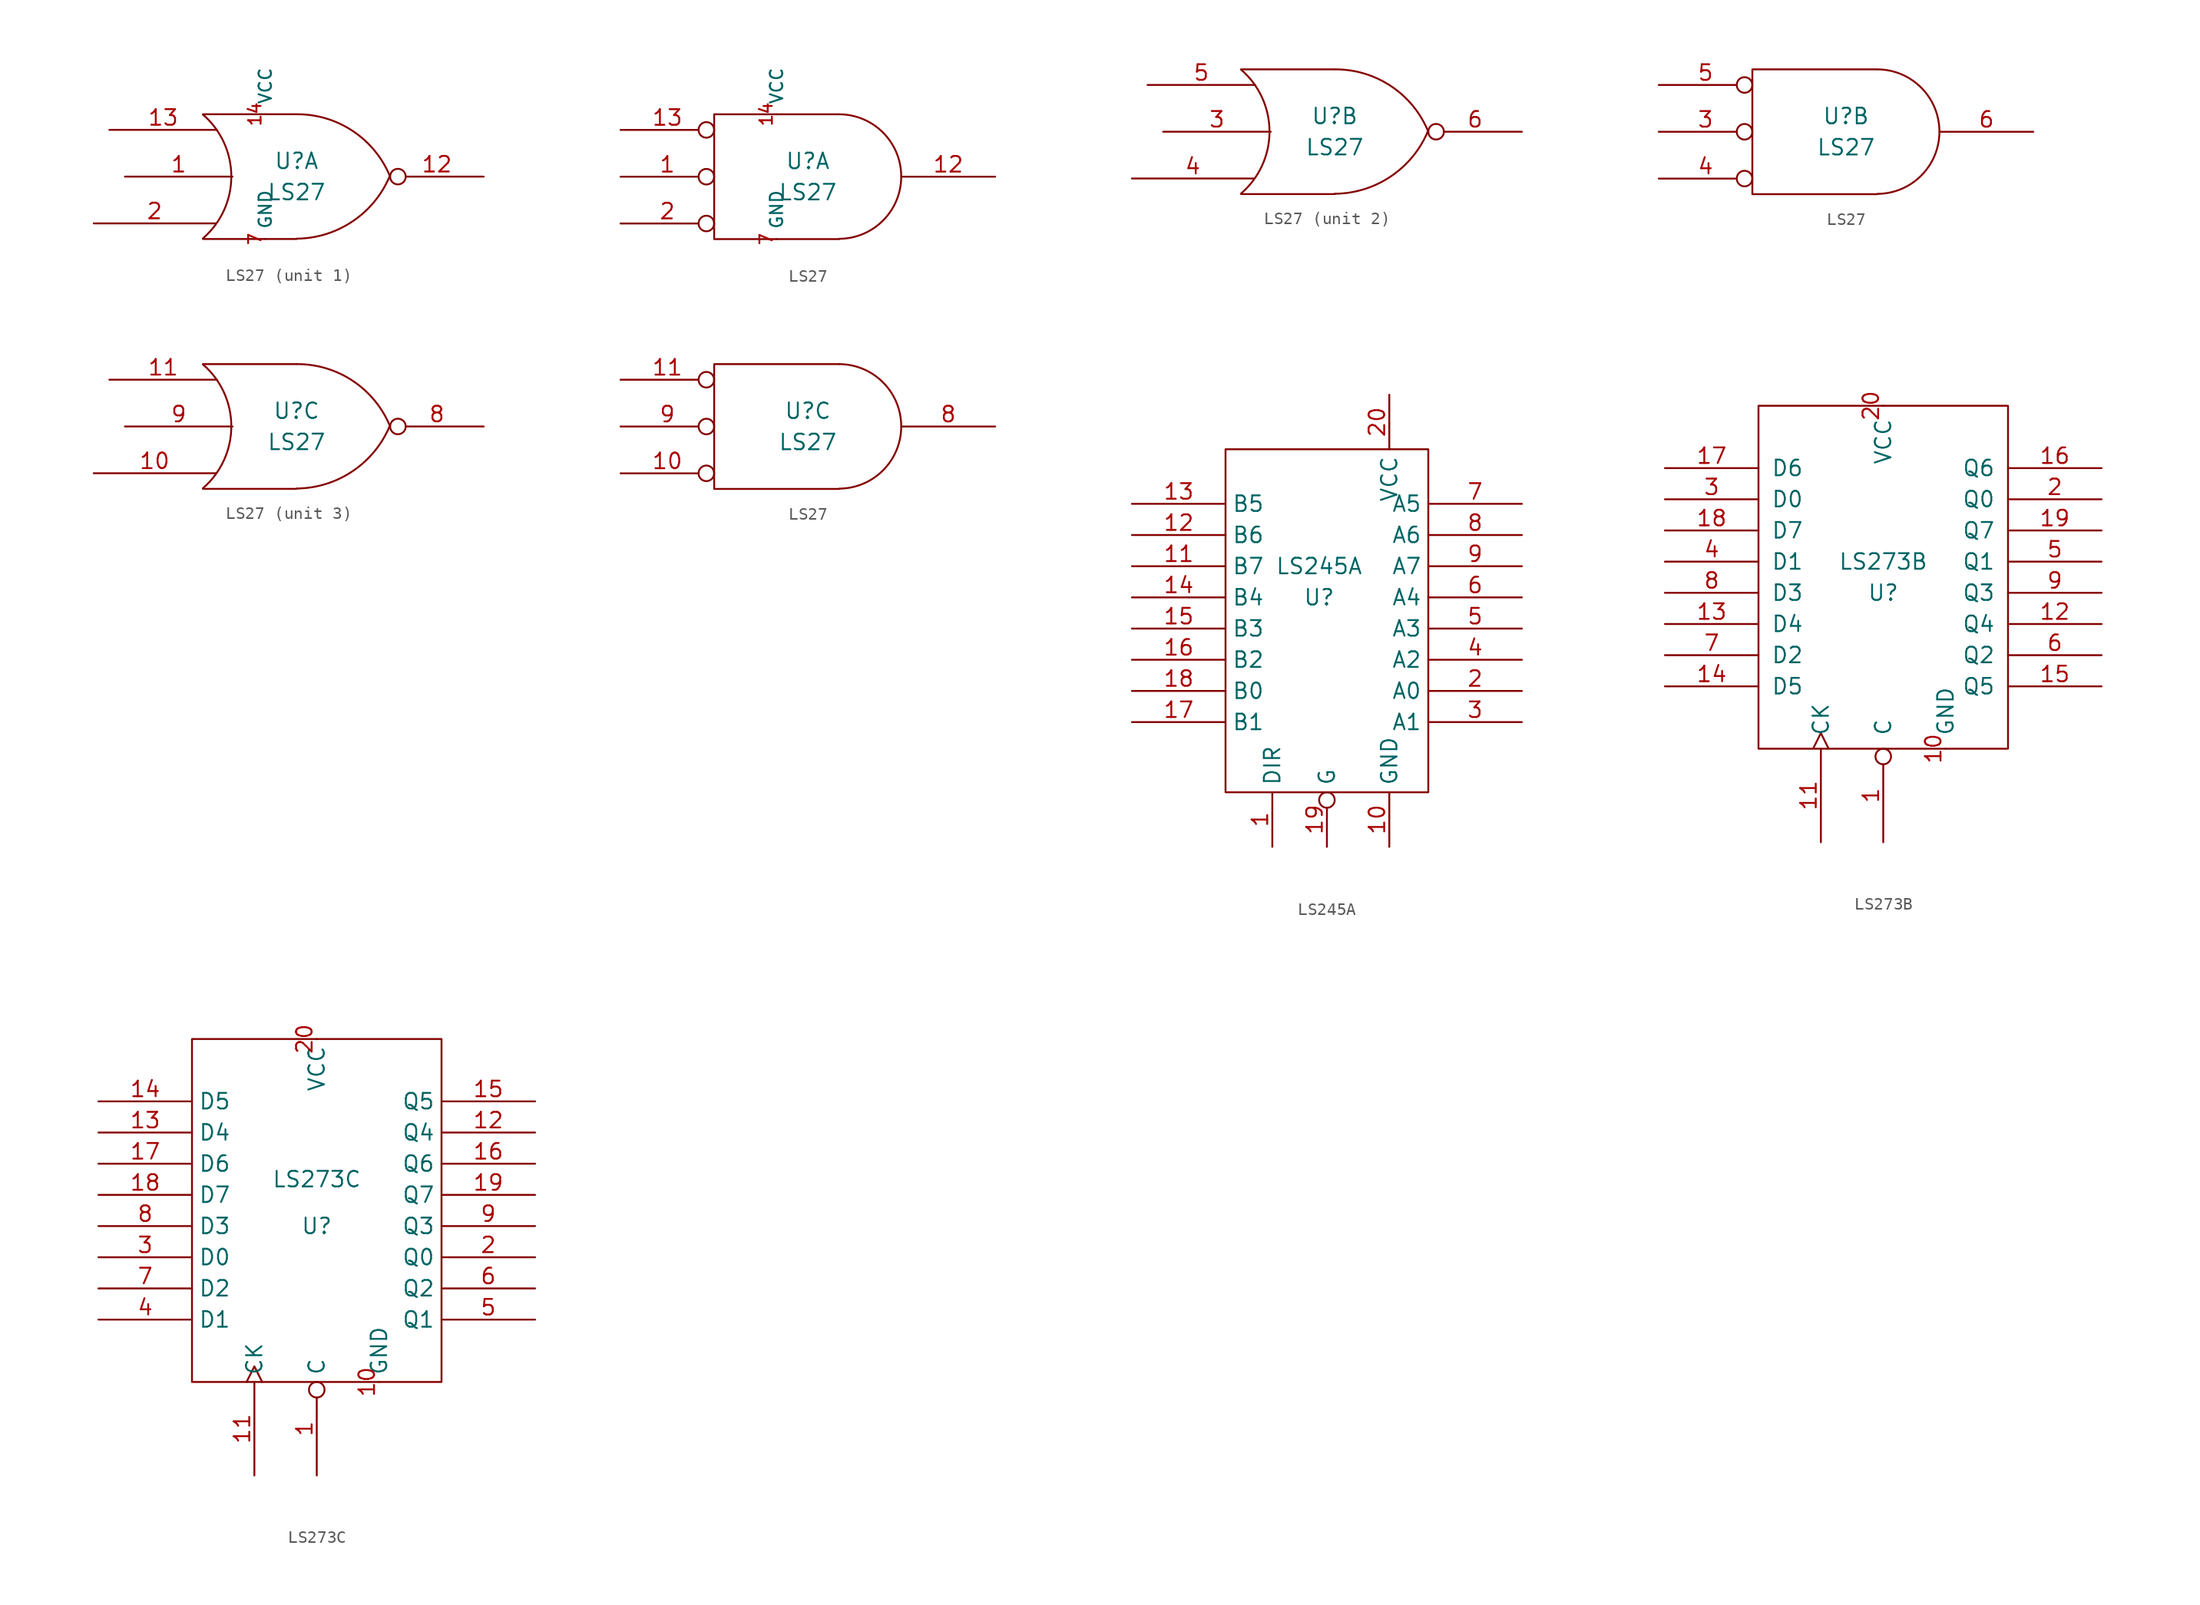
<source format=kicad_sym>
(kicad_symbol_lib
  (version 20211014)
  (generator kicad_symbol_editor)
  (symbol "LS27"
    (pin_names
      (offset 0.762))
    (property "Reference" "U"
      (at 0 1.27 0)
      (effects (font (size 1.27 1.27))))
    (property "Value" "LS27"
      (at 0 -1.27 0)
      (effects (font (size 1.27 1.27))))
    (symbol "LS27_0_1"
      (arc (start -7.62 -5.0292) (mid -5.3094 0.0127) (end -7.62 5.0546) (stroke (width 0) (type default) (color 0 0 0 0)) (fill (type none)))
      (arc (start 0 -5.0546) (mid 4.5649 -3.6437) (end 7.5946 0.0508) (stroke (width 0) (type default) (color 0 0 0 0)) (fill (type none)))
      (polyline (pts (xy -7.62 -5.08) (xy 0 -5.08)) (stroke (width 0) (type default) (color 0 0 0 0)) (fill (type none)))
      (polyline (pts (xy -7.62 5.08) (xy 0 5.08)) (stroke (width 0) (type default) (color 0 0 0 0)) (fill (type none)))
      (arc (start 7.62 0) (mid 4.6112 3.6959) (end 0.0508 5.08) (stroke (width 0) (type default) (color 0 0 0 0)) (fill (type none))))
    (symbol "LS27_0_2"
      (polyline (pts (xy 2.54 5.08) (xy -7.62 5.08) (xy -7.62 -5.08) (xy 2.54 -5.08)) (stroke (width 0) (type default) (color 0 0 0 0)) (fill (type none)))
      (arc (start 2.5654 -5.0546) (mid 7.5947 0.0127) (end 2.5654 5.08) (stroke (width 0) (type default) (color 0 0 0 0)) (fill (type none))))
    (symbol "LS27_1_0"
      (pin power_in line (at -2.54 5.08 90) (length 0) (name "VCC" (effects (font (size 1.016 1.016)))) (number "14" (effects (font (size 1.016 1.016)))))
      (pin power_in line (at -2.54 -5.08 90) (length 0) (name "GND" (effects (font (size 1.016 1.016)))) (number "7" (effects (font (size 1.016 1.016))))))
    (symbol "LS27_1_1"
      (pin input line (at -13.97 0 0) (length 8.763) (name "~" (effects (font (size 1.27 1.27)))) (number "1" (effects (font (size 1.27 1.27)))))
      (pin output inverted (at 15.24 0 180) (length 7.62) (name "~" (effects (font (size 1.27 1.27)))) (number "12" (effects (font (size 1.27 1.27)))))
      (pin input line (at -15.24 3.81 0) (length 8.763) (name "~" (effects (font (size 1.27 1.27)))) (number "13" (effects (font (size 1.27 1.27)))))
      (pin input line (at -16.51 -3.81 0) (length 9.906) (name "~" (effects (font (size 1.27 1.27)))) (number "2" (effects (font (size 1.27 1.27))))))
    (symbol "LS27_1_2"
      (pin input inverted (at -15.24 0 0) (length 7.62) (name "~" (effects (font (size 1.27 1.27)))) (number "1" (effects (font (size 1.27 1.27)))))
      (pin output line (at 15.24 0 180) (length 7.62) (name "~" (effects (font (size 1.27 1.27)))) (number "12" (effects (font (size 1.27 1.27)))))
      (pin input inverted (at -15.24 3.81 0) (length 7.62) (name "~" (effects (font (size 1.27 1.27)))) (number "13" (effects (font (size 1.27 1.27)))))
      (pin input inverted (at -15.24 -3.81 0) (length 7.62) (name "~" (effects (font (size 1.27 1.27)))) (number "2" (effects (font (size 1.27 1.27))))))
    (symbol "LS27_2_1"
      (pin input line (at -13.97 0 0) (length 8.763) (name "~" (effects (font (size 1.27 1.27)))) (number "3" (effects (font (size 1.27 1.27)))))
      (pin input line (at -16.51 -3.81 0) (length 9.906) (name "~" (effects (font (size 1.27 1.27)))) (number "4" (effects (font (size 1.27 1.27)))))
      (pin input line (at -15.24 3.81 0) (length 8.763) (name "~" (effects (font (size 1.27 1.27)))) (number "5" (effects (font (size 1.27 1.27)))))
      (pin output inverted (at 15.24 0 180) (length 7.62) (name "~" (effects (font (size 1.27 1.27)))) (number "6" (effects (font (size 1.27 1.27))))))
    (symbol "LS27_2_2"
      (pin input inverted (at -15.24 0 0) (length 7.62) (name "~" (effects (font (size 1.27 1.27)))) (number "3" (effects (font (size 1.27 1.27)))))
      (pin input inverted (at -15.24 -3.81 0) (length 7.62) (name "~" (effects (font (size 1.27 1.27)))) (number "4" (effects (font (size 1.27 1.27)))))
      (pin input inverted (at -15.24 3.81 0) (length 7.62) (name "~" (effects (font (size 1.27 1.27)))) (number "5" (effects (font (size 1.27 1.27)))))
      (pin output line (at 15.24 0 180) (length 7.62) (name "~" (effects (font (size 1.27 1.27)))) (number "6" (effects (font (size 1.27 1.27))))))
    (symbol "LS27_3_1"
      (pin input line (at -16.51 -3.81 0) (length 9.906) (name "~" (effects (font (size 1.27 1.27)))) (number "10" (effects (font (size 1.27 1.27)))))
      (pin input line (at -15.24 3.81 0) (length 8.763) (name "~" (effects (font (size 1.27 1.27)))) (number "11" (effects (font (size 1.27 1.27)))))
      (pin output inverted (at 15.24 0 180) (length 7.62) (name "~" (effects (font (size 1.27 1.27)))) (number "8" (effects (font (size 1.27 1.27)))))
      (pin input line (at -13.97 0 0) (length 8.763) (name "~" (effects (font (size 1.27 1.27)))) (number "9" (effects (font (size 1.27 1.27))))))
    (symbol "LS27_3_2"
      (pin input inverted (at -15.24 -3.81 0) (length 7.62) (name "~" (effects (font (size 1.27 1.27)))) (number "10" (effects (font (size 1.27 1.27)))))
      (pin input inverted (at -15.24 3.81 0) (length 7.62) (name "~" (effects (font (size 1.27 1.27)))) (number "11" (effects (font (size 1.27 1.27)))))
      (pin output line (at 15.24 0 180) (length 7.62) (name "~" (effects (font (size 1.27 1.27)))) (number "8" (effects (font (size 1.27 1.27)))))
      (pin input inverted (at -15.24 0 0) (length 7.62) (name "~" (effects (font (size 1.27 1.27)))) (number "9" (effects (font (size 1.27 1.27)))))))
  (symbol "LS245A"
    (property "Reference" "U"
      (at 0 2.54 0)
      (effects (font (size 1.27 1.27))))
    (property "Value" "LS245A"
      (at 0 5.08 0)
      (effects (font (size 1.27 1.27))))
    (symbol "LS245A_0_0"
      (pin power_in line (at 5.715 -17.78 90) (length 4.45) (name "GND" (effects (font (size 1.27 1.27)))) (number "10" (effects (font (size 1.27 1.27)))))
      (pin power_in line (at 5.715 19.05 270) (length 4.45) (name "VCC" (effects (font (size 1.27 1.27)))) (number "20" (effects (font (size 1.27 1.27))))))
    (symbol "LS245A_0_1"
      (rectangle (start -7.62 14.605) (end 8.89 -13.335) (stroke (width 0) (type default) (color 0 0 0 0)) (fill (type none))))
    (symbol "LS245A_1_1"
      (pin input line (at -3.81 -17.78 90) (length 4.45) (name "DIR" (effects (font (size 1.27 1.27)))) (number "1" (effects (font (size 1.27 1.27)))))
      (pin input line (at -15.24 5.08 0) (length 7.62) (name "B7" (effects (font (size 1.27 1.27)))) (number "11" (effects (font (size 1.27 1.27)))))
      (pin input line (at -15.24 7.62 0) (length 7.62) (name "B6" (effects (font (size 1.27 1.27)))) (number "12" (effects (font (size 1.27 1.27)))))
      (pin input line (at -15.24 10.16 0) (length 7.62) (name "B5" (effects (font (size 1.27 1.27)))) (number "13" (effects (font (size 1.27 1.27)))))
      (pin input line (at -15.24 2.54 0) (length 7.62) (name "B4" (effects (font (size 1.27 1.27)))) (number "14" (effects (font (size 1.27 1.27)))))
      (pin input line (at -15.24 0 0) (length 7.62) (name "B3" (effects (font (size 1.27 1.27)))) (number "15" (effects (font (size 1.27 1.27)))))
      (pin input line (at -15.24 -2.54 0) (length 7.62) (name "B2" (effects (font (size 1.27 1.27)))) (number "16" (effects (font (size 1.27 1.27)))))
      (pin input line (at -15.24 -7.62 0) (length 7.62) (name "B1" (effects (font (size 1.27 1.27)))) (number "17" (effects (font (size 1.27 1.27)))))
      (pin input line (at -15.24 -5.08 0) (length 7.62) (name "B0" (effects (font (size 1.27 1.27)))) (number "18" (effects (font (size 1.27 1.27)))))
      (pin input inverted (at 0.635 -17.78 90) (length 4.45) (name "G" (effects (font (size 1.27 1.27)))) (number "19" (effects (font (size 1.27 1.27)))))
      (pin bidirectional line (at 16.51 -5.08 180) (length 7.62) (name "A0" (effects (font (size 1.27 1.27)))) (number "2" (effects (font (size 1.27 1.27)))))
      (pin bidirectional line (at 16.51 -7.62 180) (length 7.62) (name "A1" (effects (font (size 1.27 1.27)))) (number "3" (effects (font (size 1.27 1.27)))))
      (pin bidirectional line (at 16.51 -2.54 180) (length 7.62) (name "A2" (effects (font (size 1.27 1.27)))) (number "4" (effects (font (size 1.27 1.27)))))
      (pin bidirectional line (at 16.51 0 180) (length 7.62) (name "A3" (effects (font (size 1.27 1.27)))) (number "5" (effects (font (size 1.27 1.27)))))
      (pin bidirectional line (at 16.51 2.54 180) (length 7.62) (name "A4" (effects (font (size 1.27 1.27)))) (number "6" (effects (font (size 1.27 1.27)))))
      (pin bidirectional line (at 16.51 10.16 180) (length 7.62) (name "A5" (effects (font (size 1.27 1.27)))) (number "7" (effects (font (size 1.27 1.27)))))
      (pin bidirectional line (at 16.51 7.62 180) (length 7.62) (name "A6" (effects (font (size 1.27 1.27)))) (number "8" (effects (font (size 1.27 1.27)))))
      (pin bidirectional line (at 16.51 5.08 180) (length 7.62) (name "A7" (effects (font (size 1.27 1.27)))) (number "9" (effects (font (size 1.27 1.27)))))))
  (symbol "LS273B"
    (pin_names
      (offset 1.016))
    (property "Reference" "U"
      (at 0 -1.27 0)
      (effects (font (size 1.27 1.27))))
    (property "Value" "LS273B"
      (at 0 1.27 0)
      (effects (font (size 1.27 1.27))))
    (symbol "LS273B_1_1"
      (rectangle (start -10.16 13.97) (end 10.16 -13.97) (stroke (width 0) (type default) (color 0 0 0 0)) (fill (type none)))
      (pin input inverted (at 0 -21.59 90) (length 7.62) (name "C" (effects (font (size 1.27 1.27)))) (number "1" (effects (font (size 1.27 1.27)))))
      (pin power_in line (at 5.08 -13.97 90) (length 0) (name "GND" (effects (font (size 1.27 1.27)))) (number "10" (effects (font (size 1.27 1.27)))))
      (pin input clock (at -5.08 -21.59 90) (length 7.62) (name "CK" (effects (font (size 1.27 1.27)))) (number "11" (effects (font (size 1.27 1.27)))))
      (pin output line (at 17.78 -3.81 180) (length 7.62) (name "Q4" (effects (font (size 1.27 1.27)))) (number "12" (effects (font (size 1.27 1.27)))))
      (pin input line (at -17.78 -3.81 0) (length 7.62) (name "D4" (effects (font (size 1.27 1.27)))) (number "13" (effects (font (size 1.27 1.27)))))
      (pin input line (at -17.78 -8.89 0) (length 7.62) (name "D5" (effects (font (size 1.27 1.27)))) (number "14" (effects (font (size 1.27 1.27)))))
      (pin output line (at 17.78 -8.89 180) (length 7.62) (name "Q5" (effects (font (size 1.27 1.27)))) (number "15" (effects (font (size 1.27 1.27)))))
      (pin output line (at 17.78 8.89 180) (length 7.62) (name "Q6" (effects (font (size 1.27 1.27)))) (number "16" (effects (font (size 1.27 1.27)))))
      (pin input line (at -17.78 8.89 0) (length 7.62) (name "D6" (effects (font (size 1.27 1.27)))) (number "17" (effects (font (size 1.27 1.27)))))
      (pin input line (at -17.78 3.81 0) (length 7.62) (name "D7" (effects (font (size 1.27 1.27)))) (number "18" (effects (font (size 1.27 1.27)))))
      (pin output line (at 17.78 3.81 180) (length 7.62) (name "Q7" (effects (font (size 1.27 1.27)))) (number "19" (effects (font (size 1.27 1.27)))))
      (pin output line (at 17.78 6.35 180) (length 7.62) (name "Q0" (effects (font (size 1.27 1.27)))) (number "2" (effects (font (size 1.27 1.27)))))
      (pin power_in line (at 0 13.97 270) (length 0) (name "VCC" (effects (font (size 1.27 1.27)))) (number "20" (effects (font (size 1.27 1.27)))))
      (pin input line (at -17.78 6.35 0) (length 7.62) (name "D0" (effects (font (size 1.27 1.27)))) (number "3" (effects (font (size 1.27 1.27)))))
      (pin input line (at -17.78 1.27 0) (length 7.62) (name "D1" (effects (font (size 1.27 1.27)))) (number "4" (effects (font (size 1.27 1.27)))))
      (pin output line (at 17.78 1.27 180) (length 7.62) (name "Q1" (effects (font (size 1.27 1.27)))) (number "5" (effects (font (size 1.27 1.27)))))
      (pin output line (at 17.78 -6.35 180) (length 7.62) (name "Q2" (effects (font (size 1.27 1.27)))) (number "6" (effects (font (size 1.27 1.27)))))
      (pin input line (at -17.78 -6.35 0) (length 7.62) (name "D2" (effects (font (size 1.27 1.27)))) (number "7" (effects (font (size 1.27 1.27)))))
      (pin input line (at -17.78 -1.27 0) (length 7.62) (name "D3" (effects (font (size 1.27 1.27)))) (number "8" (effects (font (size 1.27 1.27)))))
      (pin output line (at 17.78 -1.27 180) (length 7.62) (name "Q3" (effects (font (size 1.27 1.27)))) (number "9" (effects (font (size 1.27 1.27)))))))
  (symbol "LS273C"
    (property "Reference" "U"
      (at 0 -1.27 0)
      (effects (font (size 1.27 1.27))))
    (property "Value" "LS273C"
      (at 0 2.54 0)
      (effects (font (size 1.27 1.27))))
    (symbol "LS273C_1_1"
      (rectangle (start -10.16 13.97) (end 10.16 -13.97) (stroke (width 0) (type default) (color 0 0 0 0)) (fill (type none)))
      (pin input inverted (at 0 -21.59 90) (length 7.62) (name "C" (effects (font (size 1.27 1.27)))) (number "1" (effects (font (size 1.27 1.27)))))
      (pin power_in line (at 5.08 -13.97 90) (length 0) (name "GND" (effects (font (size 1.27 1.27)))) (number "10" (effects (font (size 1.27 1.27)))))
      (pin input clock (at -5.08 -21.59 90) (length 7.62) (name "CK" (effects (font (size 1.27 1.27)))) (number "11" (effects (font (size 1.27 1.27)))))
      (pin output line (at 17.78 6.35 180) (length 7.62) (name "Q4" (effects (font (size 1.27 1.27)))) (number "12" (effects (font (size 1.27 1.27)))))
      (pin input line (at -17.78 6.35 0) (length 7.62) (name "D4" (effects (font (size 1.27 1.27)))) (number "13" (effects (font (size 1.27 1.27)))))
      (pin input line (at -17.78 8.89 0) (length 7.62) (name "D5" (effects (font (size 1.27 1.27)))) (number "14" (effects (font (size 1.27 1.27)))))
      (pin output line (at 17.78 8.89 180) (length 7.62) (name "Q5" (effects (font (size 1.27 1.27)))) (number "15" (effects (font (size 1.27 1.27)))))
      (pin output line (at 17.78 3.81 180) (length 7.62) (name "Q6" (effects (font (size 1.27 1.27)))) (number "16" (effects (font (size 1.27 1.27)))))
      (pin input line (at -17.78 3.81 0) (length 7.62) (name "D6" (effects (font (size 1.27 1.27)))) (number "17" (effects (font (size 1.27 1.27)))))
      (pin input line (at -17.78 1.27 0) (length 7.62) (name "D7" (effects (font (size 1.27 1.27)))) (number "18" (effects (font (size 1.27 1.27)))))
      (pin output line (at 17.78 1.27 180) (length 7.62) (name "Q7" (effects (font (size 1.27 1.27)))) (number "19" (effects (font (size 1.27 1.27)))))
      (pin output line (at 17.78 -3.81 180) (length 7.62) (name "Q0" (effects (font (size 1.27 1.27)))) (number "2" (effects (font (size 1.27 1.27)))))
      (pin power_in line (at 0 13.97 270) (length 0) (name "VCC" (effects (font (size 1.27 1.27)))) (number "20" (effects (font (size 1.27 1.27)))))
      (pin input line (at -17.78 -3.81 0) (length 7.62) (name "D0" (effects (font (size 1.27 1.27)))) (number "3" (effects (font (size 1.27 1.27)))))
      (pin input line (at -17.78 -8.89 0) (length 7.62) (name "D1" (effects (font (size 1.27 1.27)))) (number "4" (effects (font (size 1.27 1.27)))))
      (pin output line (at 17.78 -8.89 180) (length 7.62) (name "Q1" (effects (font (size 1.27 1.27)))) (number "5" (effects (font (size 1.27 1.27)))))
      (pin output line (at 17.78 -6.35 180) (length 7.62) (name "Q2" (effects (font (size 1.27 1.27)))) (number "6" (effects (font (size 1.27 1.27)))))
      (pin input line (at -17.78 -6.35 0) (length 7.62) (name "D2" (effects (font (size 1.27 1.27)))) (number "7" (effects (font (size 1.27 1.27)))))
      (pin input line (at -17.78 -1.27 0) (length 7.62) (name "D3" (effects (font (size 1.27 1.27)))) (number "8" (effects (font (size 1.27 1.27)))))
      (pin output line (at 17.78 -1.27 180) (length 7.62) (name "Q3" (effects (font (size 1.27 1.27)))) (number "9" (effects (font (size 1.27 1.27))))))))
</source>
